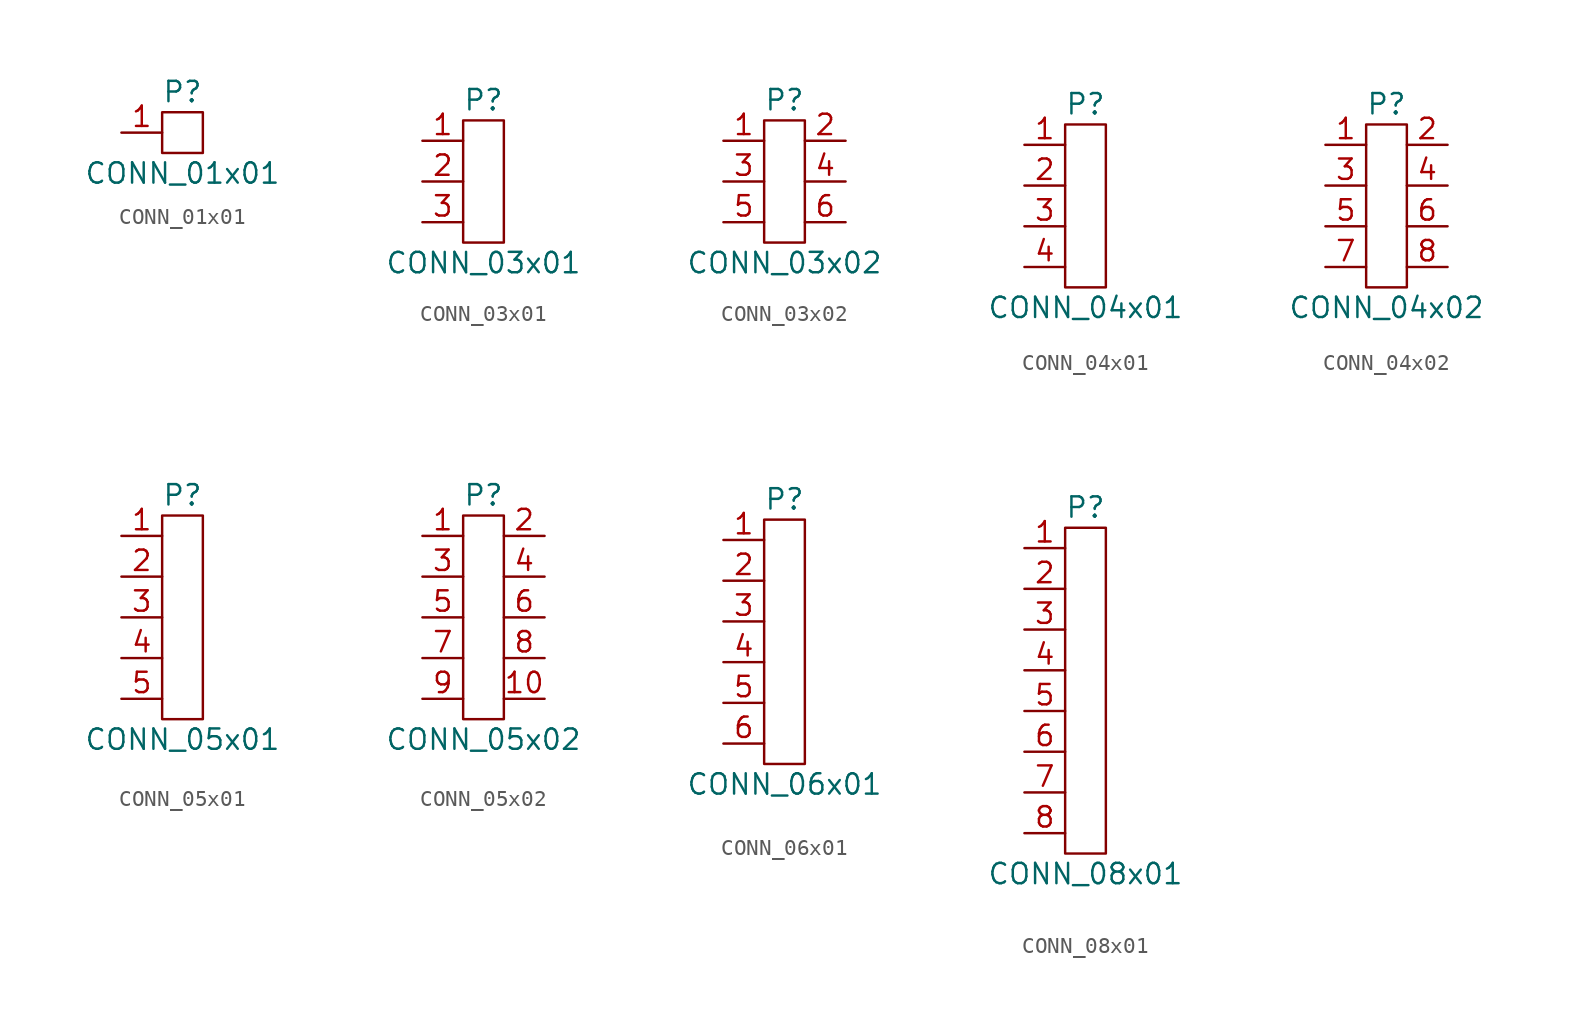
<source format=kicad_sym>
(kicad_symbol_lib
  (version 20211014)
  (generator kicad_symbol_editor)
  (symbol "CONN_01x01"
    (pin_names
      (offset 1.016))
    (property "Reference" "P"
      (at 0 2.54 0)
      (effects (font (size 1.27 1.27))))
    (property "Value" "CONN_01x01"
      (at 0 -2.54 0)
      (effects (font (size 1.27 1.27))))
    (symbol "CONN_01x01_0_1"
      (rectangle (start -1.27 1.27) (end 1.27 -1.27) (stroke (width 0) (type default) (color 0 0 0 0)) (fill (type none))))
    (symbol "CONN_01x01_1_1"
      (pin unspecified line (at -3.81 0 0) (length 2.54) (name "~" (effects (font (size 1.27 1.27)))) (number "1" (effects (font (size 1.27 1.27)))))))
  (symbol "CONN_03x01"
    (pin_names
      (offset 1.016))
    (property "Reference" "P"
      (at 0 5.08 0)
      (effects (font (size 1.27 1.27))))
    (property "Value" "CONN_03x01"
      (at 0 -5.08 0)
      (effects (font (size 1.27 1.27))))
    (symbol "CONN_03x01_0_1"
      (rectangle (start -1.27 3.81) (end 1.27 -3.81) (stroke (width 0) (type default) (color 0 0 0 0)) (fill (type none))))
    (symbol "CONN_03x01_1_1"
      (pin unspecified line (at -3.81 2.54 0) (length 2.54) (name "~" (effects (font (size 1.27 1.27)))) (number "1" (effects (font (size 1.27 1.27)))))
      (pin unspecified line (at -3.81 0 0) (length 2.54) (name "~" (effects (font (size 1.27 1.27)))) (number "2" (effects (font (size 1.27 1.27)))))
      (pin unspecified line (at -3.81 -2.54 0) (length 2.54) (name "~" (effects (font (size 1.27 1.27)))) (number "3" (effects (font (size 1.27 1.27)))))))
  (symbol "CONN_03x02"
    (pin_names
      (offset 0.025) hide)
    (property "Reference" "P"
      (at 0 5.08 0)
      (effects (font (size 1.27 1.27))))
    (property "Value" "CONN_03x02"
      (at 0 -5.08 0)
      (effects (font (size 1.27 1.27))))
    (symbol "CONN_03x02_0_1"
      (rectangle (start -1.27 3.81) (end 1.27 -3.81) (stroke (width 0) (type default) (color 0 0 0 0)) (fill (type none))))
    (symbol "CONN_03x02_1_1"
      (pin passive line (at -3.81 2.54 0) (length 2.54) (name "P1" (effects (font (size 1.27 1.27)))) (number "1" (effects (font (size 1.27 1.27)))))
      (pin passive line (at 3.81 2.54 180) (length 2.54) (name "P2" (effects (font (size 1.27 1.27)))) (number "2" (effects (font (size 1.27 1.27)))))
      (pin passive line (at -3.81 0 0) (length 2.54) (name "P3" (effects (font (size 1.27 1.27)))) (number "3" (effects (font (size 1.27 1.27)))))
      (pin passive line (at 3.81 0 180) (length 2.54) (name "P4" (effects (font (size 1.27 1.27)))) (number "4" (effects (font (size 1.27 1.27)))))
      (pin passive line (at -3.81 -2.54 0) (length 2.54) (name "P5" (effects (font (size 1.27 1.27)))) (number "5" (effects (font (size 1.27 1.27)))))
      (pin passive line (at 3.81 -2.54 180) (length 2.54) (name "P6" (effects (font (size 1.27 1.27)))) (number "6" (effects (font (size 1.27 1.27)))))))
  (symbol "CONN_04x01"
    (pin_names
      (offset 1.016))
    (property "Reference" "P"
      (at 0 6.35 0)
      (effects (font (size 1.27 1.27))))
    (property "Value" "CONN_04x01"
      (at 0 -6.35 0)
      (effects (font (size 1.27 1.27))))
    (symbol "CONN_04x01_0_1"
      (rectangle (start -1.27 5.08) (end 1.27 -5.08) (stroke (width 0) (type default) (color 0 0 0 0)) (fill (type none))))
    (symbol "CONN_04x01_1_1"
      (pin unspecified line (at -3.81 3.81 0) (length 2.54) (name "~" (effects (font (size 1.27 1.27)))) (number "1" (effects (font (size 1.27 1.27)))))
      (pin unspecified line (at -3.81 1.27 0) (length 2.54) (name "~" (effects (font (size 1.27 1.27)))) (number "2" (effects (font (size 1.27 1.27)))))
      (pin unspecified line (at -3.81 -1.27 0) (length 2.54) (name "~" (effects (font (size 1.27 1.27)))) (number "3" (effects (font (size 1.27 1.27)))))
      (pin unspecified line (at -3.81 -3.81 0) (length 2.54) (name "~" (effects (font (size 1.27 1.27)))) (number "4" (effects (font (size 1.27 1.27)))))))
  (symbol "CONN_04x02"
    (pin_names
      (offset 0.002) hide)
    (property "Reference" "P"
      (at 0 6.35 0)
      (effects (font (size 1.27 1.27))))
    (property "Value" "CONN_04x02"
      (at 0 -6.35 0)
      (effects (font (size 1.27 1.27))))
    (symbol "CONN_04x02_0_1"
      (rectangle (start -1.27 5.08) (end 1.27 -5.08) (stroke (width 0) (type default) (color 0 0 0 0)) (fill (type none))))
    (symbol "CONN_04x02_1_1"
      (pin passive line (at -3.81 3.81 0) (length 2.54) (name "P1" (effects (font (size 1.27 1.27)))) (number "1" (effects (font (size 1.27 1.27)))))
      (pin passive line (at 3.81 3.81 180) (length 2.54) (name "P2" (effects (font (size 1.27 1.27)))) (number "2" (effects (font (size 1.27 1.27)))))
      (pin passive line (at -3.81 1.27 0) (length 2.54) (name "P3" (effects (font (size 1.27 1.27)))) (number "3" (effects (font (size 1.27 1.27)))))
      (pin passive line (at 3.81 1.27 180) (length 2.54) (name "P4" (effects (font (size 1.27 1.27)))) (number "4" (effects (font (size 1.27 1.27)))))
      (pin passive line (at -3.81 -1.27 0) (length 2.54) (name "P5" (effects (font (size 1.27 1.27)))) (number "5" (effects (font (size 1.27 1.27)))))
      (pin passive line (at 3.81 -1.27 180) (length 2.54) (name "P6" (effects (font (size 1.27 1.27)))) (number "6" (effects (font (size 1.27 1.27)))))
      (pin passive line (at -3.81 -3.81 0) (length 2.54) (name "P7" (effects (font (size 1.27 1.27)))) (number "7" (effects (font (size 1.27 1.27)))))
      (pin passive line (at 3.81 -3.81 180) (length 2.54) (name "P8" (effects (font (size 1.27 1.27)))) (number "8" (effects (font (size 1.27 1.27)))))))
  (symbol "CONN_05x01"
    (pin_names
      (offset 1.016))
    (property "Reference" "P"
      (at 0 7.62 0)
      (effects (font (size 1.27 1.27))))
    (property "Value" "CONN_05x01"
      (at 0 -7.62 0)
      (effects (font (size 1.27 1.27))))
    (symbol "CONN_05x01_0_1"
      (rectangle (start -1.27 6.35) (end 1.27 -6.35) (stroke (width 0) (type default) (color 0 0 0 0)) (fill (type none))))
    (symbol "CONN_05x01_1_1"
      (pin unspecified line (at -3.81 5.08 0) (length 2.54) (name "~" (effects (font (size 1.27 1.27)))) (number "1" (effects (font (size 1.27 1.27)))))
      (pin unspecified line (at -3.81 2.54 0) (length 2.54) (name "~" (effects (font (size 1.27 1.27)))) (number "2" (effects (font (size 1.27 1.27)))))
      (pin unspecified line (at -3.81 0 0) (length 2.54) (name "~" (effects (font (size 1.27 1.27)))) (number "3" (effects (font (size 1.27 1.27)))))
      (pin unspecified line (at -3.81 -2.54 0) (length 2.54) (name "~" (effects (font (size 1.27 1.27)))) (number "4" (effects (font (size 1.27 1.27)))))
      (pin unspecified line (at -3.81 -5.08 0) (length 2.54) (name "~" (effects (font (size 1.27 1.27)))) (number "5" (effects (font (size 1.27 1.27)))))))
  (symbol "CONN_05x02"
    (pin_names
      (offset 1.016))
    (property "Reference" "P"
      (at 0 7.62 0)
      (effects (font (size 1.27 1.27))))
    (property "Value" "CONN_05x02"
      (at 0 -7.62 0)
      (effects (font (size 1.27 1.27))))
    (symbol "CONN_05x02_0_1"
      (rectangle (start -1.27 6.35) (end 1.27 -6.35) (stroke (width 0) (type default) (color 0 0 0 0)) (fill (type none))))
    (symbol "CONN_05x02_1_1"
      (pin unspecified line (at -3.81 5.08 0) (length 2.54) (name "~" (effects (font (size 1.27 1.27)))) (number "1" (effects (font (size 1.27 1.27)))))
      (pin unspecified line (at 3.81 -5.08 180) (length 2.54) (name "~" (effects (font (size 1.27 1.27)))) (number "10" (effects (font (size 1.27 1.27)))))
      (pin unspecified line (at 3.81 5.08 180) (length 2.54) (name "~" (effects (font (size 1.27 1.27)))) (number "2" (effects (font (size 1.27 1.27)))))
      (pin unspecified line (at -3.81 2.54 0) (length 2.54) (name "~" (effects (font (size 1.27 1.27)))) (number "3" (effects (font (size 1.27 1.27)))))
      (pin unspecified line (at 3.81 2.54 180) (length 2.54) (name "~" (effects (font (size 1.27 1.27)))) (number "4" (effects (font (size 1.27 1.27)))))
      (pin unspecified line (at -3.81 0 0) (length 2.54) (name "~" (effects (font (size 1.27 1.27)))) (number "5" (effects (font (size 1.27 1.27)))))
      (pin unspecified line (at 3.81 0 180) (length 2.54) (name "~" (effects (font (size 1.27 1.27)))) (number "6" (effects (font (size 1.27 1.27)))))
      (pin unspecified line (at -3.81 -2.54 0) (length 2.54) (name "~" (effects (font (size 1.27 1.27)))) (number "7" (effects (font (size 1.27 1.27)))))
      (pin unspecified line (at 3.81 -2.54 180) (length 2.54) (name "~" (effects (font (size 1.27 1.27)))) (number "8" (effects (font (size 1.27 1.27)))))
      (pin unspecified line (at -3.81 -5.08 0) (length 2.54) (name "~" (effects (font (size 1.27 1.27)))) (number "9" (effects (font (size 1.27 1.27)))))))
  (symbol "CONN_06x01"
    (pin_names
      (offset 1.016))
    (property "Reference" "P"
      (at 0 8.89 0)
      (effects (font (size 1.27 1.27))))
    (property "Value" "CONN_06x01"
      (at 0 -8.89 0)
      (effects (font (size 1.27 1.27))))
    (symbol "CONN_06x01_0_1"
      (rectangle (start -1.27 7.62) (end 1.27 -7.62) (stroke (width 0) (type default) (color 0 0 0 0)) (fill (type none))))
    (symbol "CONN_06x01_1_1"
      (pin unspecified line (at -3.81 6.35 0) (length 2.54) (name "~" (effects (font (size 1.27 1.27)))) (number "1" (effects (font (size 1.27 1.27)))))
      (pin unspecified line (at -3.81 3.81 0) (length 2.54) (name "~" (effects (font (size 1.27 1.27)))) (number "2" (effects (font (size 1.27 1.27)))))
      (pin unspecified line (at -3.81 1.27 0) (length 2.54) (name "~" (effects (font (size 1.27 1.27)))) (number "3" (effects (font (size 1.27 1.27)))))
      (pin unspecified line (at -3.81 -1.27 0) (length 2.54) (name "~" (effects (font (size 1.27 1.27)))) (number "4" (effects (font (size 1.27 1.27)))))
      (pin unspecified line (at -3.81 -3.81 0) (length 2.54) (name "~" (effects (font (size 1.27 1.27)))) (number "5" (effects (font (size 1.27 1.27)))))
      (pin unspecified line (at -3.81 -6.35 0) (length 2.54) (name "~" (effects (font (size 1.27 1.27)))) (number "6" (effects (font (size 1.27 1.27)))))))
  (symbol "CONN_08x01"
    (pin_names
      (offset 1.016))
    (property "Reference" "P"
      (at 0 11.43 0)
      (effects (font (size 1.27 1.27))))
    (property "Value" "CONN_08x01"
      (at 0 -11.43 0)
      (effects (font (size 1.27 1.27))))
    (symbol "CONN_08x01_0_1"
      (rectangle (start -1.27 10.16) (end 1.27 -10.16) (stroke (width 0) (type default) (color 0 0 0 0)) (fill (type none))))
    (symbol "CONN_08x01_1_1"
      (pin unspecified line (at -3.81 8.89 0) (length 2.54) (name "~" (effects (font (size 1.27 1.27)))) (number "1" (effects (font (size 1.27 1.27)))))
      (pin unspecified line (at -3.81 6.35 0) (length 2.54) (name "~" (effects (font (size 1.27 1.27)))) (number "2" (effects (font (size 1.27 1.27)))))
      (pin unspecified line (at -3.81 3.81 0) (length 2.54) (name "~" (effects (font (size 1.27 1.27)))) (number "3" (effects (font (size 1.27 1.27)))))
      (pin unspecified line (at -3.81 1.27 0) (length 2.54) (name "~" (effects (font (size 1.27 1.27)))) (number "4" (effects (font (size 1.27 1.27)))))
      (pin unspecified line (at -3.81 -1.27 0) (length 2.54) (name "~" (effects (font (size 1.27 1.27)))) (number "5" (effects (font (size 1.27 1.27)))))
      (pin unspecified line (at -3.81 -3.81 0) (length 2.54) (name "~" (effects (font (size 1.27 1.27)))) (number "6" (effects (font (size 1.27 1.27)))))
      (pin unspecified line (at -3.81 -6.35 0) (length 2.54) (name "~" (effects (font (size 1.27 1.27)))) (number "7" (effects (font (size 1.27 1.27)))))
      (pin unspecified line (at -3.81 -8.89 0) (length 2.54) (name "~" (effects (font (size 1.27 1.27)))) (number "8" (effects (font (size 1.27 1.27))))))))
</source>
